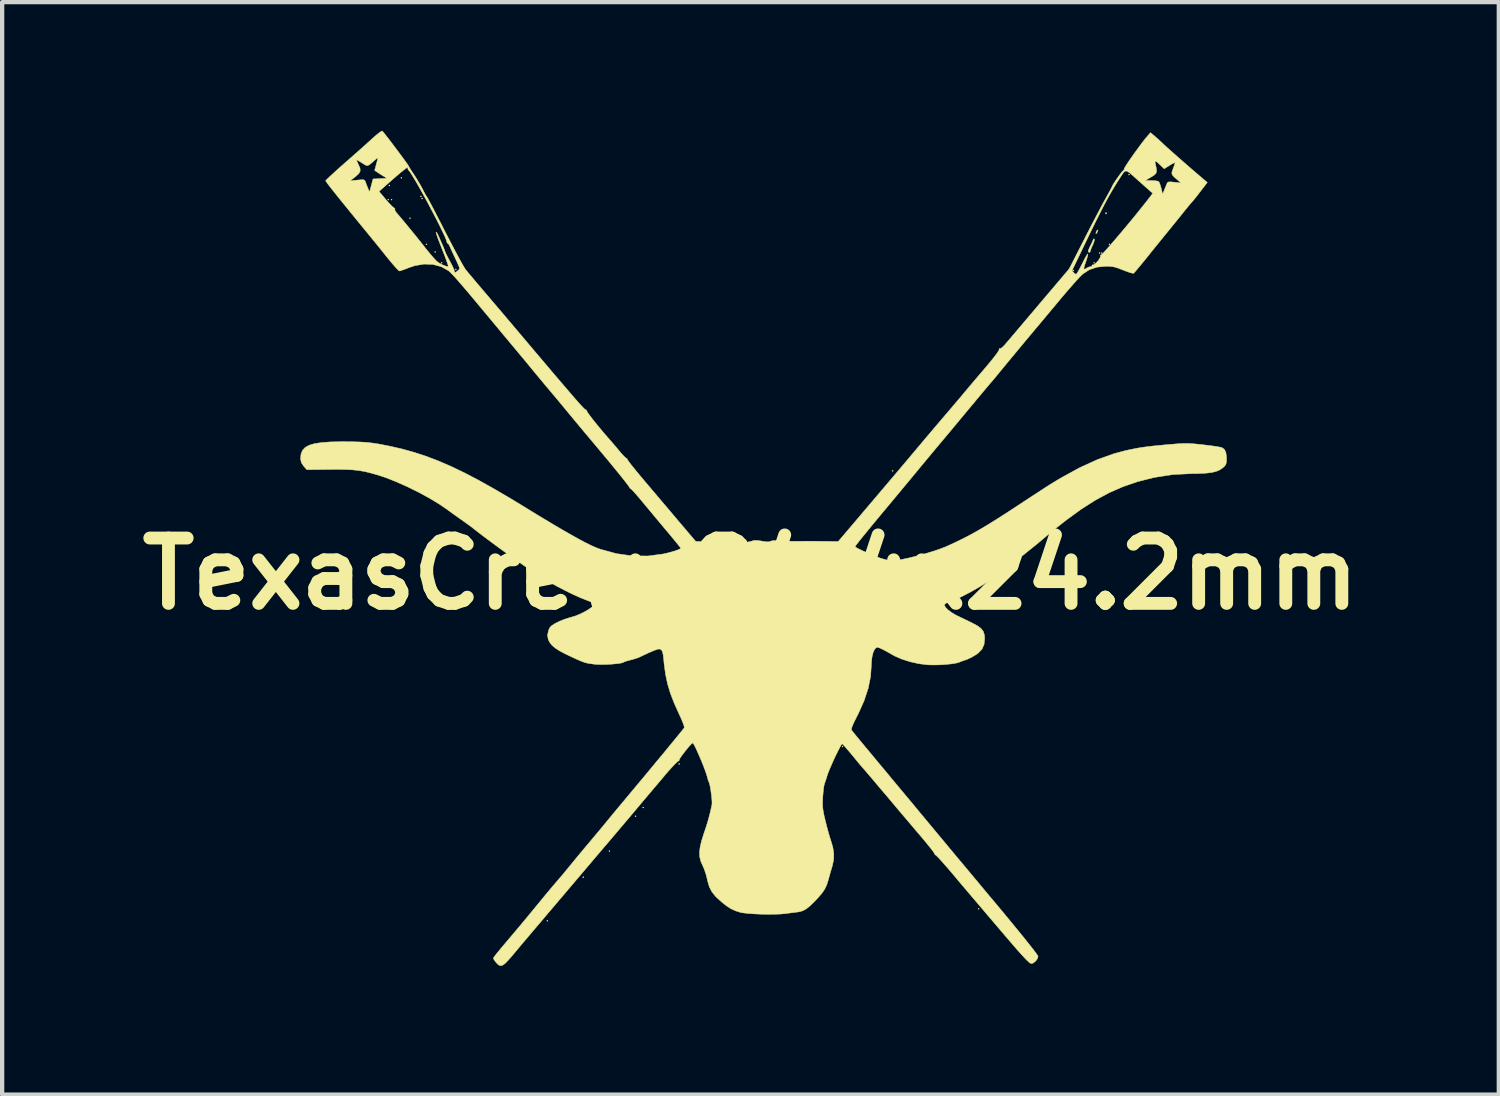
<source format=kicad_pcb>
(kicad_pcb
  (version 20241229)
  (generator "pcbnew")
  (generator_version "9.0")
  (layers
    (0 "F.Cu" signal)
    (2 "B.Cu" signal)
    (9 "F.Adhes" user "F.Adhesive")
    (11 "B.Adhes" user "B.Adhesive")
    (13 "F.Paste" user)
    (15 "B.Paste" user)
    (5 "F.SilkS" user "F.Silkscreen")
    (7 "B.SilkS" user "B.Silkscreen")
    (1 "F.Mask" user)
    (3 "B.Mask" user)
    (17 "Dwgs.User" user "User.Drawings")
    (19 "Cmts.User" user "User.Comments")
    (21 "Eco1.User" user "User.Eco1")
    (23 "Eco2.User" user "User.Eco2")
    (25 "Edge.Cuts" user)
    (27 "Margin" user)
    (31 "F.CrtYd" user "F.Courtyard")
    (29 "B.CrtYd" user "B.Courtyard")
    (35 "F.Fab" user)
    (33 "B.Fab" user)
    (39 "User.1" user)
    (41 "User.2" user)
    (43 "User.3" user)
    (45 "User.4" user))
  (footprint "TexasCrew_24.4x24.2mm"
    (layer "F.Cu")
    (at 14.449 10.33)
    (property "Reference" "TexasCrew_24.4x24.2mm" (at 0 0 0) (layer "F.SilkS") (effects (font (size 1.524 1.524) (thickness 0.3))))
    (attr through_hole)
    (fp_poly (pts (xy -8.433 -8.725) (xy -8.445 -8.712) (xy -8.458 -8.725) (xy -8.445 -8.738) (xy -8.433 -8.725)) (stroke (width 0.01) (type solid)) (fill yes) (layer "F.SilkS"))
    (fp_poly (pts (xy -8.407 -9.055) (xy -8.42 -9.042) (xy -8.433 -9.055) (xy -8.42 -9.068) (xy -8.407 -9.055)) (stroke (width 0.01) (type solid)) (fill yes) (layer "F.SilkS"))
    (fp_poly (pts (xy -8.357 -8.725) (xy -8.369 -8.712) (xy -8.382 -8.725) (xy -8.369 -8.738) (xy -8.357 -8.725)) (stroke (width 0.01) (type solid)) (fill yes) (layer "F.SilkS"))
    (fp_poly (pts (xy -8.128 -9.233) (xy -8.141 -9.22) (xy -8.153 -9.233) (xy -8.141 -9.246) (xy -8.128 -9.233)) (stroke (width 0.01) (type solid)) (fill yes) (layer "F.SilkS"))
    (fp_poly (pts (xy -7.925 -8.293) (xy -7.938 -8.28) (xy -7.95 -8.293) (xy -7.938 -8.306) (xy -7.925 -8.293)) (stroke (width 0.01) (type solid)) (fill yes) (layer "F.SilkS"))
    (fp_poly (pts (xy -7.671 -8.801) (xy -7.684 -8.788) (xy -7.696 -8.801) (xy -7.684 -8.814) (xy -7.671 -8.801)) (stroke (width 0.01) (type solid)) (fill yes) (layer "F.SilkS"))
    (fp_poly (pts (xy -7.645 -8.75) (xy -7.658 -8.738) (xy -7.671 -8.75) (xy -7.658 -8.763) (xy -7.645 -8.75)) (stroke (width 0.01) (type solid)) (fill yes) (layer "F.SilkS"))
    (fp_poly (pts (xy -7.544 -7.684) (xy -7.556 -7.671) (xy -7.569 -7.684) (xy -7.556 -7.696) (xy -7.544 -7.684)) (stroke (width 0.01) (type solid)) (fill yes) (layer "F.SilkS"))
    (fp_poly (pts (xy -7.341 -7.506) (xy -7.353 -7.493) (xy -7.366 -7.506) (xy -7.353 -7.518) (xy -7.341 -7.506)) (stroke (width 0.01) (type solid)) (fill yes) (layer "F.SilkS"))
    (fp_poly (pts (xy -7.188 -7.252) (xy -7.201 -7.239) (xy -7.214 -7.252) (xy -7.201 -7.264) (xy -7.188 -7.252)) (stroke (width 0.01) (type solid)) (fill yes) (layer "F.SilkS"))
    (fp_poly (pts (xy -6.858 -7.099) (xy -6.871 -7.087) (xy -6.883 -7.099) (xy -6.871 -7.112) (xy -6.858 -7.099)) (stroke (width 0.01) (type solid)) (fill yes) (layer "F.SilkS"))
    (fp_poly (pts (xy -4.724 8.09) (xy -4.737 8.103) (xy -4.75 8.09) (xy -4.737 8.077) (xy -4.724 8.09)) (stroke (width 0.01) (type solid)) (fill yes) (layer "F.SilkS"))
    (fp_poly (pts (xy -3.886 7.074) (xy -3.899 7.087) (xy -3.912 7.074) (xy -3.899 7.061) (xy -3.886 7.074)) (stroke (width 0.01) (type solid)) (fill yes) (layer "F.SilkS"))
    (fp_poly (pts (xy -3.277 6.464) (xy -3.289 6.477) (xy -3.302 6.464) (xy -3.289 6.452) (xy -3.277 6.464)) (stroke (width 0.01) (type solid)) (fill yes) (layer "F.SilkS"))
    (fp_poly (pts (xy -2.667 5.652) (xy -2.68 5.664) (xy -2.692 5.652) (xy -2.68 5.639) (xy -2.667 5.652)) (stroke (width 0.01) (type solid)) (fill yes) (layer "F.SilkS"))
    (fp_poly (pts (xy -2.489 5.448) (xy -2.502 5.461) (xy -2.515 5.448) (xy -2.502 5.436) (xy -2.489 5.448)) (stroke (width 0.01) (type solid)) (fill yes) (layer "F.SilkS"))
    (fp_poly (pts (xy -1.651 4.432) (xy -1.664 4.445) (xy -1.676 4.432) (xy -1.664 4.42) (xy -1.651 4.432)) (stroke (width 0.01) (type solid)) (fill yes) (layer "F.SilkS"))
    (fp_poly (pts (xy 2.159 4.026) (xy 2.146 4.039) (xy 2.134 4.026) (xy 2.146 4.013) (xy 2.159 4.026)) (stroke (width 0.01) (type solid)) (fill yes) (layer "F.SilkS"))
    (fp_poly (pts (xy 3.327 -2.4) (xy 3.315 -2.388) (xy 3.302 -2.4) (xy 3.315 -2.413) (xy 3.327 -2.4)) (stroke (width 0.01) (type solid)) (fill yes) (layer "F.SilkS"))
    (fp_poly (pts (xy 5.334 7.811) (xy 5.321 7.823) (xy 5.309 7.811) (xy 5.321 7.798) (xy 5.334 7.811)) (stroke (width 0.01) (type solid)) (fill yes) (layer "F.SilkS"))
    (fp_poly (pts (xy 7.544 -7.074) (xy 7.531 -7.061) (xy 7.518 -7.074) (xy 7.531 -7.087) (xy 7.544 -7.074)) (stroke (width 0.01) (type solid)) (fill yes) (layer "F.SilkS"))
    (fp_poly (pts (xy 8.026 -7.252) (xy 8.014 -7.239) (xy 8.001 -7.252) (xy 8.014 -7.264) (xy 8.026 -7.252)) (stroke (width 0.01) (type solid)) (fill yes) (layer "F.SilkS"))
    (fp_poly (pts (xy 8.153 -7.48) (xy 8.141 -7.468) (xy 8.128 -7.48) (xy 8.141 -7.493) (xy 8.153 -7.48)) (stroke (width 0.01) (type solid)) (fill yes) (layer "F.SilkS"))
    (fp_poly (pts (xy 8.204 -7.48) (xy 8.191 -7.468) (xy 8.179 -7.48) (xy 8.191 -7.493) (xy 8.204 -7.48)) (stroke (width 0.01) (type solid)) (fill yes) (layer "F.SilkS"))
    (fp_poly (pts (xy 8.382 -7.684) (xy 8.369 -7.671) (xy 8.357 -7.684) (xy 8.369 -7.696) (xy 8.382 -7.684)) (stroke (width 0.01) (type solid)) (fill yes) (layer "F.SilkS"))
    (fp_poly (pts (xy 8.839 -9.309) (xy 8.826 -9.296) (xy 8.814 -9.309) (xy 8.826 -9.322) (xy 8.839 -9.309)) (stroke (width 0.01) (type solid)) (fill yes) (layer "F.SilkS"))
    (fp_poly (pts (xy 8.297 -8.424) (xy 8.3 -8.394) (xy 8.297 -8.39) (xy 8.282 -8.394) (xy 8.28 -8.407) (xy 8.29 -8.428) (xy 8.297 -8.424)) (stroke (width 0.01) (type solid)) (fill yes) (layer "F.SilkS"))
    (fp_poly (pts (xy 8.102 -8.014) (xy 8.089 -7.972) (xy 8.077 -7.95) (xy 8.057 -7.93) (xy 8.053 -7.938) (xy 8.065 -7.979) (xy 8.077 -8.001) (xy 8.097 -8.021) (xy 8.102 -8.014)) (stroke (width 0.01) (type solid)) (fill yes) (layer "F.SilkS"))
    (fp_poly (pts (xy 8.019 -7.804) (xy 8.016 -7.764) (xy 7.994 -7.698) (xy 7.978 -7.663) (xy 7.946 -7.592) (xy 7.927 -7.537) (xy 7.925 -7.523) (xy 7.908 -7.495) (xy 7.899 -7.493) (xy 7.875 -7.513) (xy 7.874 -7.521) (xy 7.885 -7.56) (xy 7.913 -7.622) (xy 7.923 -7.642) (xy 7.959 -7.714) (xy 7.986 -7.776) (xy 7.989 -7.785) (xy 8.007 -7.815) (xy 8.019 -7.804)) (stroke (width 0.01) (type solid)) (fill yes) (layer "F.SilkS"))
    (fp_poly (pts (xy -8.585 -10.325) (xy -8.564 -10.301) (xy -8.519 -10.245) (xy -8.455 -10.164) (xy -8.379 -10.065) (xy -8.297 -9.956) (xy -8.213 -9.844) (xy -8.134 -9.738) (xy -8.065 -9.644) (xy -8.012 -9.571) (xy -7.981 -9.525) (xy -7.976 -9.514) (xy -7.962 -9.488) (xy -7.927 -9.431) (xy -7.876 -9.352) (xy -7.847 -9.31) (xy -7.777 -9.199) (xy -7.706 -9.08) (xy -7.649 -8.976) (xy -7.641 -8.96) (xy -7.599 -8.879) (xy -7.565 -8.818) (xy -7.545 -8.789) (xy -7.545 -8.788) (xy -7.529 -8.764) (xy -7.494 -8.699) (xy -7.441 -8.599) (xy -7.373 -8.47) (xy -7.294 -8.316) (xy -7.205 -8.144) (xy -7.126 -7.988) (xy -7.028 -7.799) (xy -6.935 -7.62) (xy -6.849 -7.457) (xy -6.773 -7.317) (xy -6.711 -7.206) (xy -6.666 -7.13) (xy -6.645 -7.099) (xy -6.606 -7.05) (xy -6.539 -6.97) (xy -6.451 -6.865) (xy -6.349 -6.744) (xy -6.237 -6.612) (xy -6.185 -6.551) (xy -6.055 -6.398) (xy -5.916 -6.235) (xy -5.779 -6.074) (xy -5.653 -5.925) (xy -5.549 -5.803) (xy -5.538 -5.789) (xy -5.265 -5.466) (xy -5.023 -5.179) (xy -4.81 -4.928) (xy -4.624 -4.708) (xy -4.463 -4.519) (xy -4.326 -4.359) (xy -4.21 -4.224) (xy -4.115 -4.113) (xy -4.036 -4.023) (xy -3.974 -3.953) (xy -3.926 -3.901) (xy -3.89 -3.864) (xy -3.865 -3.84) (xy -3.848 -3.827) (xy -3.838 -3.822) (xy -3.834 -3.823) (xy -3.82 -3.815) (xy -3.819 -3.802) (xy -3.805 -3.772) (xy -3.762 -3.711) (xy -3.696 -3.624) (xy -3.613 -3.519) (xy -3.517 -3.402) (xy -3.414 -3.279) (xy -3.308 -3.157) (xy -3.259 -3.101) (xy -3.202 -3.035) (xy -3.129 -2.949) (xy -3.053 -2.858) (xy -3.047 -2.851) (xy -2.983 -2.777) (xy -2.929 -2.722) (xy -2.894 -2.694) (xy -2.889 -2.692) (xy -2.873 -2.682) (xy -2.877 -2.677) (xy -2.865 -2.655) (xy -2.825 -2.599) (xy -2.759 -2.514) (xy -2.672 -2.407) (xy -2.569 -2.282) (xy -2.453 -2.144) (xy -2.447 -2.137) (xy -2.319 -1.986) (xy -2.191 -1.835) (xy -2.071 -1.693) (xy -1.965 -1.568) (xy -1.88 -1.468) (xy -1.833 -1.412) (xy -1.741 -1.303) (xy -1.633 -1.175) (xy -1.525 -1.049) (xy -1.471 -0.984) (xy -1.277 -0.757) (xy -1.14 -0.75) (xy -1.03 -0.754) (xy -0.913 -0.772) (xy -0.872 -0.782) (xy -0.791 -0.803) (xy -0.731 -0.807) (xy -0.668 -0.791) (xy -0.618 -0.773) (xy -0.52 -0.748) (xy -0.393 -0.732) (xy -0.256 -0.727) (xy -0.125 -0.732) (xy -0.017 -0.749) (xy 0.024 -0.761) (xy 0.081 -0.778) (xy 0.148 -0.78) (xy 0.242 -0.767) (xy 0.267 -0.762) (xy 0.37 -0.746) (xy 0.434 -0.746) (xy 0.466 -0.759) (xy 0.514 -0.773) (xy 0.608 -0.776) (xy 0.701 -0.771) (xy 0.829 -0.764) (xy 0.968 -0.759) (xy 1.079 -0.758) (xy 1.226 -0.76) (xy 1.362 -0.76) (xy 1.505 -0.76) (xy 1.672 -0.758) (xy 1.778 -0.757) (xy 2.045 -0.753) (xy 2.477 -1.261) (xy 2.912 -1.774) (xy 3.329 -2.266) (xy 3.741 -2.754) (xy 3.924 -2.972) (xy 4.051 -3.123) (xy 4.188 -3.285) (xy 4.324 -3.446) (xy 4.449 -3.592) (xy 4.547 -3.707) (xy 4.654 -3.832) (xy 4.764 -3.962) (xy 4.868 -4.084) (xy 4.953 -4.185) (xy 4.975 -4.213) (xy 5.044 -4.294) (xy 5.137 -4.405) (xy 5.246 -4.534) (xy 5.363 -4.671) (xy 5.479 -4.807) (xy 5.591 -4.941) (xy 5.683 -5.056) (xy 5.751 -5.146) (xy 5.791 -5.208) (xy 5.801 -5.236) (xy 5.801 -5.236) (xy 5.798 -5.254) (xy 5.81 -5.249) (xy 5.84 -5.257) (xy 5.888 -5.296) (xy 5.922 -5.331) (xy 5.944 -5.356) (xy 5.964 -5.38) (xy 5.987 -5.407) (xy 6.015 -5.439) (xy 6.051 -5.481) (xy 6.097 -5.536) (xy 6.158 -5.607) (xy 6.235 -5.699) (xy 6.333 -5.814) (xy 6.453 -5.956) (xy 6.599 -6.128) (xy 6.774 -6.335) (xy 6.835 -6.407) (xy 7.407 -7.082) (xy 7.502 -7.082) (xy 7.51 -7.054) (xy 7.542 -7.016) (xy 7.579 -6.989) (xy 7.593 -6.985) (xy 7.612 -7.006) (xy 7.648 -7.064) (xy 7.693 -7.149) (xy 7.733 -7.228) (xy 7.783 -7.326) (xy 7.825 -7.403) (xy 7.855 -7.449) (xy 7.866 -7.459) (xy 7.865 -7.43) (xy 7.849 -7.368) (xy 7.826 -7.296) (xy 7.79 -7.192) (xy 7.775 -7.13) (xy 7.779 -7.103) (xy 7.804 -7.107) (xy 7.829 -7.123) (xy 7.889 -7.154) (xy 7.932 -7.163) (xy 7.963 -7.173) (xy 7.963 -7.188) (xy 7.967 -7.204) (xy 7.981 -7.201) (xy 8.015 -7.212) (xy 8.063 -7.252) (xy 8.112 -7.308) (xy 8.15 -7.366) (xy 8.166 -7.41) (xy 8.164 -7.421) (xy 8.161 -7.438) (xy 8.173 -7.433) (xy 8.194 -7.449) (xy 8.243 -7.498) (xy 8.315 -7.578) (xy 8.406 -7.682) (xy 8.512 -7.805) (xy 8.629 -7.943) (xy 8.753 -8.09) (xy 8.878 -8.241) (xy 9.002 -8.392) (xy 9.119 -8.538) (xy 9.226 -8.672) (xy 9.294 -8.76) (xy 9.381 -8.873) (xy 9.294 -8.948) (xy 9.236 -8.999) (xy 9.155 -9.072) (xy 9.063 -9.154) (xy 9.043 -9.171) (xy 9.207 -9.171) (xy 9.347 -9.17) (xy 9.43 -9.166) (xy 9.493 -9.157) (xy 9.515 -9.15) (xy 9.536 -9.116) (xy 9.56 -9.05) (xy 9.576 -8.992) (xy 9.61 -8.852) (xy 9.646 -8.941) (xy 9.678 -9.018) (xy 9.704 -9.085) (xy 9.706 -9.089) (xy 9.722 -9.122) (xy 9.747 -9.137) (xy 9.794 -9.14) (xy 9.877 -9.132) (xy 9.885 -9.131) (xy 10.042 -9.113) (xy 9.942 -9.198) (xy 9.871 -9.261) (xy 9.833 -9.306) (xy 9.824 -9.348) (xy 9.838 -9.404) (xy 9.858 -9.457) (xy 9.885 -9.528) (xy 9.899 -9.577) (xy 9.9 -9.59) (xy 9.876 -9.582) (xy 9.822 -9.554) (xy 9.769 -9.521) (xy 9.646 -9.445) (xy 9.552 -9.536) (xy 9.486 -9.597) (xy 9.448 -9.622) (xy 9.434 -9.611) (xy 9.439 -9.569) (xy 9.462 -9.462) (xy 9.469 -9.39) (xy 9.457 -9.342) (xy 9.421 -9.303) (xy 9.357 -9.261) (xy 9.343 -9.253) (xy 9.207 -9.171) (xy 9.043 -9.171) (xy 9.02 -9.192) (xy 8.913 -9.288) (xy 8.837 -9.353) (xy 8.783 -9.388) (xy 8.742 -9.392) (xy 8.706 -9.366) (xy 8.665 -9.311) (xy 8.611 -9.227) (xy 8.603 -9.214) (xy 8.531 -9.102) (xy 8.462 -8.988) (xy 8.391 -8.867) (xy 8.318 -8.736) (xy 8.239 -8.588) (xy 8.152 -8.418) (xy 8.054 -8.223) (xy 7.943 -7.998) (xy 7.817 -7.736) (xy 7.672 -7.434) (xy 7.645 -7.379) (xy 7.593 -7.27) (xy 7.549 -7.178) (xy 7.517 -7.112) (xy 7.502 -7.083) (xy 7.502 -7.082) (xy 7.407 -7.082) (xy 7.434 -7.115) (xy 7.773 -7.78) (xy 7.868 -7.967) (xy 7.966 -8.156) (xy 8.06 -8.336) (xy 8.146 -8.499) (xy 8.218 -8.636) (xy 8.272 -8.734) (xy 8.332 -8.842) (xy 8.382 -8.934) (xy 8.417 -8.999) (xy 8.432 -9.03) (xy 8.433 -9.032) (xy 8.446 -9.062) (xy 8.481 -9.119) (xy 8.53 -9.192) (xy 8.583 -9.268) (xy 8.633 -9.336) (xy 8.671 -9.383) (xy 8.688 -9.398) (xy 8.709 -9.419) (xy 8.712 -9.439) (xy 8.727 -9.471) (xy 8.766 -9.536) (xy 8.825 -9.625) (xy 8.898 -9.73) (xy 8.978 -9.843) (xy 9.061 -9.956) (xy 9.14 -10.062) (xy 9.21 -10.151) (xy 9.255 -10.204) (xy 9.327 -10.287) (xy 9.407 -10.221) (xy 9.464 -10.171) (xy 9.543 -10.1) (xy 9.627 -10.022) (xy 9.639 -10.01) (xy 9.705 -9.949) (xy 9.802 -9.863) (xy 9.921 -9.757) (xy 10.055 -9.639) (xy 10.196 -9.516) (xy 10.335 -9.396) (xy 10.465 -9.284) (xy 10.577 -9.189) (xy 10.652 -9.126) (xy 10.488 -8.913) (xy 10.418 -8.822) (xy 10.357 -8.745) (xy 10.313 -8.692) (xy 10.297 -8.674) (xy 10.27 -8.644) (xy 10.219 -8.584) (xy 10.155 -8.505) (xy 10.119 -8.461) (xy 10.038 -8.359) (xy 9.939 -8.236) (xy 9.837 -8.111) (xy 9.779 -8.039) (xy 9.699 -7.941) (xy 9.597 -7.815) (xy 9.482 -7.674) (xy 9.364 -7.528) (xy 9.273 -7.414) (xy 9.175 -7.293) (xy 9.087 -7.186) (xy 9.014 -7.098) (xy 8.961 -7.037) (xy 8.935 -7.008) (xy 8.934 -7.007) (xy 8.901 -7.01) (xy 8.834 -7.029) (xy 8.744 -7.061) (xy 8.691 -7.082) (xy 8.569 -7.129) (xy 8.473 -7.157) (xy 8.383 -7.169) (xy 8.293 -7.172) (xy 8.08 -7.151) (xy 7.897 -7.089) (xy 7.741 -6.986) (xy 7.739 -6.983) (xy 7.689 -6.935) (xy 7.614 -6.854) (xy 7.52 -6.748) (xy 7.412 -6.624) (xy 7.297 -6.49) (xy 7.238 -6.42) (xy 7.122 -6.281) (xy 7.01 -6.147) (xy 6.909 -6.026) (xy 6.825 -5.925) (xy 6.764 -5.852) (xy 6.745 -5.829) (xy 6.638 -5.703) (xy 6.515 -5.555) (xy 6.382 -5.396) (xy 6.246 -5.232) (xy 6.115 -5.074) (xy 5.994 -4.928) (xy 5.891 -4.803) (xy 5.812 -4.708) (xy 5.805 -4.699) (xy 5.733 -4.61) (xy 5.672 -4.537) (xy 5.63 -4.487) (xy 5.615 -4.47) (xy 5.595 -4.448) (xy 5.548 -4.392) (xy 5.477 -4.308) (xy 5.389 -4.202) (xy 5.286 -4.08) (xy 5.221 -4) (xy 5.081 -3.833) (xy 4.924 -3.644) (xy 4.761 -3.448) (xy 4.605 -3.261) (xy 4.472 -3.102) (xy 4.349 -2.956) (xy 4.223 -2.804) (xy 4.102 -2.659) (xy 3.995 -2.53) (xy 3.911 -2.428) (xy 3.899 -2.413) (xy 3.824 -2.323) (xy 3.725 -2.203) (xy 3.607 -2.061) (xy 3.479 -1.907) (xy 3.348 -1.75) (xy 3.266 -1.651) (xy 3.054 -1.397) (xy 2.873 -1.179) (xy 2.723 -0.996) (xy 2.604 -0.85) (xy 2.517 -0.741) (xy 2.462 -0.669) (xy 2.439 -0.636) (xy 2.439 -0.634) (xy 2.46 -0.616) (xy 2.519 -0.584) (xy 2.606 -0.542) (xy 2.709 -0.495) (xy 2.821 -0.447) (xy 2.929 -0.403) (xy 3.025 -0.367) (xy 3.031 -0.365) (xy 3.133 -0.334) (xy 3.23 -0.313) (xy 3.298 -0.305) (xy 3.397 -0.313) (xy 3.533 -0.336) (xy 3.696 -0.371) (xy 3.875 -0.415) (xy 4.059 -0.465) (xy 4.239 -0.519) (xy 4.404 -0.574) (xy 4.542 -0.627) (xy 4.572 -0.64) (xy 4.765 -0.728) (xy 4.949 -0.817) (xy 5.132 -0.912) (xy 5.32 -1.017) (xy 5.521 -1.136) (xy 5.743 -1.274) (xy 5.993 -1.434) (xy 6.185 -1.56) (xy 6.389 -1.694) (xy 6.557 -1.804) (xy 6.693 -1.893) (xy 6.804 -1.965) (xy 6.894 -2.024) (xy 6.97 -2.072) (xy 7.037 -2.114) (xy 7.1 -2.152) (xy 7.166 -2.192) (xy 7.239 -2.235) (xy 7.252 -2.243) (xy 7.678 -2.476) (xy 8.088 -2.663) (xy 8.481 -2.803) (xy 8.75 -2.875) (xy 8.884 -2.903) (xy 9.002 -2.927) (xy 9.117 -2.946) (xy 9.24 -2.963) (xy 9.382 -2.98) (xy 9.555 -2.997) (xy 9.712 -3.012) (xy 9.881 -3.026) (xy 10.014 -3.036) (xy 10.125 -3.04) (xy 10.226 -3.039) (xy 10.333 -3.032) (xy 10.459 -3.02) (xy 10.549 -3.01) (xy 10.687 -2.993) (xy 10.811 -2.977) (xy 10.91 -2.961) (xy 10.974 -2.949) (xy 10.989 -2.945) (xy 11.048 -2.905) (xy 11.084 -2.836) (xy 11.099 -2.729) (xy 11.1 -2.683) (xy 11.097 -2.599) (xy 11.082 -2.546) (xy 11.047 -2.502) (xy 11.01 -2.47) (xy 10.938 -2.421) (xy 10.85 -2.385) (xy 10.738 -2.36) (xy 10.596 -2.345) (xy 10.415 -2.338) (xy 10.304 -2.337) (xy 9.854 -2.315) (xy 9.418 -2.248) (xy 9.03 -2.15) (xy 8.694 -2.035) (xy 8.368 -1.893) (xy 8.045 -1.719) (xy 7.716 -1.51) (xy 7.374 -1.261) (xy 7.313 -1.214) (xy 7.191 -1.118) (xy 7.096 -1.043) (xy 7.015 -0.976) (xy 6.934 -0.909) (xy 6.84 -0.829) (xy 6.834 -0.824) (xy 6.753 -0.756) (xy 6.643 -0.665) (xy 6.512 -0.56) (xy 6.37 -0.445) (xy 6.223 -0.329) (xy 6.082 -0.217) (xy 5.955 -0.118) (xy 5.85 -0.037) (xy 5.779 0.017) (xy 5.565 0.164) (xy 5.341 0.304) (xy 5.118 0.431) (xy 4.906 0.54) (xy 4.715 0.623) (xy 4.616 0.659) (xy 4.555 0.688) (xy 4.523 0.72) (xy 4.521 0.727) (xy 4.543 0.775) (xy 4.601 0.836) (xy 4.685 0.9) (xy 4.785 0.96) (xy 4.809 0.972) (xy 4.894 1.013) (xy 5.004 1.066) (xy 5.121 1.122) (xy 5.157 1.14) (xy 5.287 1.209) (xy 5.376 1.274) (xy 5.429 1.343) (xy 5.455 1.425) (xy 5.461 1.51) (xy 5.446 1.648) (xy 5.397 1.758) (xy 5.308 1.85) (xy 5.253 1.888) (xy 5.162 1.942) (xy 5.07 1.987) (xy 5.016 2.007) (xy 4.941 2.032) (xy 4.882 2.055) (xy 4.872 2.06) (xy 4.805 2.08) (xy 4.7 2.098) (xy 4.569 2.112) (xy 4.424 2.122) (xy 4.279 2.125) (xy 4.144 2.122) (xy 4.128 2.121) (xy 3.927 2.096) (xy 3.721 2.05) (xy 3.527 1.988) (xy 3.362 1.916) (xy 3.336 1.901) (xy 3.196 1.822) (xy 3.092 1.766) (xy 3.019 1.732) (xy 2.971 1.716) (xy 2.941 1.715) (xy 2.939 1.716) (xy 2.895 1.758) (xy 2.858 1.839) (xy 2.832 1.951) (xy 2.82 2.081) (xy 2.819 2.115) (xy 2.801 2.391) (xy 2.745 2.67) (xy 2.65 2.958) (xy 2.514 3.262) (xy 2.474 3.339) (xy 2.415 3.458) (xy 2.373 3.553) (xy 2.353 3.616) (xy 2.353 3.638) (xy 2.377 3.671) (xy 2.426 3.732) (xy 2.491 3.812) (xy 2.542 3.873) (xy 2.588 3.928) (xy 2.662 4.018) (xy 2.763 4.139) (xy 2.887 4.288) (xy 3.03 4.46) (xy 3.19 4.652) (xy 3.362 4.86) (xy 3.545 5.079) (xy 3.735 5.307) (xy 3.81 5.397) (xy 3.997 5.623) (xy 4.176 5.838) (xy 4.343 6.039) (xy 4.497 6.224) (xy 4.633 6.388) (xy 4.75 6.528) (xy 4.844 6.641) (xy 4.913 6.723) (xy 4.953 6.772) (xy 4.962 6.782) (xy 4.997 6.824) (xy 5.058 6.896) (xy 5.136 6.99) (xy 5.225 7.097) (xy 5.27 7.15) (xy 5.361 7.26) (xy 5.443 7.358) (xy 5.51 7.438) (xy 5.555 7.492) (xy 5.566 7.506) (xy 5.758 7.734) (xy 5.939 7.952) (xy 6.107 8.156) (xy 6.26 8.343) (xy 6.395 8.509) (xy 6.508 8.651) (xy 6.599 8.767) (xy 6.663 8.852) (xy 6.699 8.904) (xy 6.706 8.918) (xy 6.687 8.98) (xy 6.641 9.039) (xy 6.584 9.08) (xy 6.541 9.088) (xy 6.504 9.065) (xy 6.435 9.001) (xy 6.337 8.897) (xy 6.208 8.753) (xy 6.049 8.568) (xy 6.043 8.561) (xy 5.844 8.328) (xy 5.655 8.106) (xy 5.478 7.898) (xy 5.316 7.707) (xy 5.172 7.538) (xy 5.049 7.393) (xy 4.949 7.276) (xy 4.876 7.189) (xy 4.831 7.136) (xy 4.822 7.125) (xy 4.694 6.972) (xy 4.578 6.837) (xy 4.478 6.723) (xy 4.398 6.635) (xy 4.341 6.577) (xy 4.312 6.553) (xy 4.311 6.553) (xy 4.296 6.543) (xy 4.299 6.538) (xy 4.288 6.515) (xy 4.249 6.459) (xy 4.185 6.377) (xy 4.101 6.274) (xy 4.003 6.156) (xy 3.966 6.112) (xy 3.85 5.976) (xy 3.735 5.84) (xy 3.628 5.714) (xy 3.537 5.607) (xy 3.47 5.528) (xy 3.466 5.523) (xy 3.284 5.306) (xy 3.119 5.111) (xy 2.973 4.939) (xy 2.849 4.792) (xy 2.749 4.675) (xy 2.676 4.589) (xy 2.63 4.536) (xy 2.616 4.521) (xy 2.596 4.498) (xy 2.549 4.443) (xy 2.483 4.363) (xy 2.404 4.267) (xy 2.378 4.235) (xy 2.296 4.137) (xy 2.225 4.054) (xy 2.171 3.994) (xy 2.141 3.964) (xy 2.138 3.962) (xy 2.119 3.984) (xy 2.085 4.043) (xy 2.04 4.131) (xy 1.988 4.236) (xy 1.934 4.351) (xy 1.883 4.466) (xy 1.838 4.572) (xy 1.804 4.658) (xy 1.79 4.699) (xy 1.763 4.788) (xy 1.737 4.864) (xy 1.725 4.897) (xy 1.713 4.947) (xy 1.701 5.033) (xy 1.691 5.141) (xy 1.686 5.202) (xy 1.681 5.32) (xy 1.682 5.418) (xy 1.693 5.514) (xy 1.714 5.625) (xy 1.741 5.74) (xy 1.775 5.877) (xy 1.812 6.015) (xy 1.847 6.136) (xy 1.869 6.202) (xy 1.92 6.376) (xy 1.943 6.523) (xy 1.94 6.66) (xy 1.911 6.8) (xy 1.905 6.82) (xy 1.87 6.938) (xy 1.835 7.063) (xy 1.811 7.15) (xy 1.776 7.258) (xy 1.73 7.354) (xy 1.665 7.449) (xy 1.574 7.555) (xy 1.492 7.641) (xy 1.387 7.744) (xy 1.3 7.813) (xy 1.221 7.856) (xy 1.138 7.88) (xy 1.085 7.888) (xy 1 7.898) (xy 0.893 7.912) (xy 0.813 7.923) (xy 0.703 7.933) (xy 0.562 7.938) (xy 0.403 7.939) (xy 0.237 7.936) (xy 0.077 7.929) (xy -0.067 7.918) (xy -0.18 7.905) (xy -0.241 7.893) (xy -0.359 7.854) (xy -0.46 7.807) (xy -0.561 7.741) (xy -0.677 7.648) (xy -0.807 7.53) (xy -0.898 7.418) (xy -0.96 7.299) (xy -1 7.161) (xy -1.006 7.132) (xy -1.036 7.012) (xy -1.078 6.886) (xy -1.117 6.797) (xy -1.16 6.699) (xy -1.184 6.6) (xy -1.189 6.493) (xy -1.174 6.37) (xy -1.139 6.221) (xy -1.082 6.04) (xy -1.044 5.931) (xy -0.992 5.765) (xy -0.939 5.563) (xy -0.899 5.386) (xy -0.896 5.333) (xy -0.901 5.249) (xy -0.912 5.148) (xy -0.926 5.043) (xy -0.942 4.951) (xy -0.957 4.885) (xy -0.966 4.864) (xy -0.984 4.823) (xy -1.002 4.758) (xy -1.003 4.752) (xy -1.023 4.683) (xy -1.056 4.588) (xy -1.098 4.475) (xy -1.147 4.355) (xy -1.198 4.235) (xy -1.247 4.125) (xy -1.29 4.033) (xy -1.324 3.97) (xy -1.345 3.943) (xy -1.347 3.943) (xy -1.379 3.968) (xy -1.429 4.021) (xy -1.489 4.092) (xy -1.55 4.17) (xy -1.606 4.244) (xy -1.646 4.304) (xy -1.664 4.339) (xy -1.664 4.344) (xy -1.666 4.363) (xy -1.678 4.363) (xy -1.704 4.379) (xy -1.756 4.429) (xy -1.828 4.505) (xy -1.915 4.602) (xy -1.991 4.69) (xy -2.098 4.818) (xy -2.228 4.971) (xy -2.368 5.137) (xy -2.509 5.304) (xy -2.639 5.459) (xy -2.642 5.462) (xy -2.775 5.621) (xy -2.923 5.795) (xy -3.072 5.972) (xy -3.213 6.138) (xy -3.327 6.273) (xy -3.442 6.407) (xy -3.579 6.568) (xy -3.727 6.743) (xy -3.877 6.92) (xy -4.018 7.086) (xy -4.051 7.125) (xy -4.18 7.277) (xy -4.312 7.433) (xy -4.44 7.583) (xy -4.555 7.719) (xy -4.649 7.83) (xy -4.68 7.866) (xy -4.791 7.997) (xy -4.917 8.146) (xy -5.041 8.292) (xy -5.124 8.39) (xy -5.232 8.518) (xy -5.353 8.661) (xy -5.469 8.8) (xy -5.55 8.896) (xy -5.649 9.011) (xy -5.725 9.088) (xy -5.784 9.129) (xy -5.833 9.138) (xy -5.878 9.117) (xy -5.926 9.069) (xy -5.929 9.066) (xy -5.97 9.012) (xy -5.993 8.974) (xy -5.994 8.968) (xy -5.989 8.952) (xy -5.97 8.922) (xy -5.934 8.875) (xy -5.878 8.806) (xy -5.799 8.71) (xy -5.693 8.584) (xy -5.562 8.43) (xy -5.449 8.295) (xy -5.317 8.138) (xy -5.18 7.973) (xy -5.052 7.818) (xy -5.005 7.76) (xy -4.897 7.629) (xy -4.789 7.497) (xy -4.687 7.375) (xy -4.602 7.274) (xy -4.561 7.226) (xy -4.465 7.114) (xy -4.382 7.017) (xy -4.302 6.92) (xy -4.212 6.811) (xy -4.115 6.692) (xy -4.039 6.6) (xy -3.944 6.485) (xy -3.844 6.365) (xy -3.772 6.28) (xy -3.669 6.157) (xy -3.551 6.016) (xy -3.433 5.875) (xy -3.357 5.782) (xy -3.274 5.681) (xy -3.199 5.59) (xy -3.14 5.519) (xy -3.105 5.476) (xy -3.103 5.474) (xy -2.974 5.32) (xy -2.84 5.159) (xy -2.706 4.999) (xy -2.578 4.845) (xy -2.462 4.707) (xy -2.366 4.591) (xy -2.294 4.504) (xy -2.278 4.485) (xy -2.207 4.398) (xy -2.143 4.322) (xy -2.098 4.267) (xy -2.087 4.255) (xy -2.052 4.213) (xy -1.995 4.144) (xy -1.923 4.055) (xy -1.841 3.956) (xy -1.758 3.854) (xy -1.679 3.758) (xy -1.613 3.677) (xy -1.566 3.618) (xy -1.545 3.591) (xy -1.546 3.557) (xy -1.57 3.485) (xy -1.612 3.383) (xy -1.662 3.274) (xy -1.779 3.015) (xy -1.869 2.782) (xy -1.935 2.56) (xy -1.982 2.336) (xy -2.014 2.095) (xy -2.021 2.019) (xy -2.034 1.897) (xy -2.052 1.817) (xy -2.078 1.772) (xy -2.116 1.754) (xy -2.136 1.753) (xy -2.186 1.764) (xy -2.274 1.798) (xy -2.396 1.851) (xy -2.544 1.921) (xy -2.591 1.943) (xy -2.652 1.967) (xy -2.739 1.994) (xy -2.794 2.008) (xy -2.876 2.03) (xy -2.939 2.051) (xy -2.961 2.062) (xy -3.008 2.079) (xy -3.094 2.093) (xy -3.205 2.104) (xy -3.329 2.112) (xy -3.455 2.115) (xy -3.57 2.113) (xy -3.633 2.108) (xy -3.731 2.096) (xy -3.809 2.082) (xy -3.882 2.061) (xy -3.964 2.03) (xy -4.071 1.983) (xy -4.132 1.955) (xy -4.312 1.87) (xy -4.45 1.797) (xy -4.552 1.731) (xy -4.627 1.668) (xy -4.679 1.602) (xy -4.714 1.536) (xy -4.733 1.433) (xy -4.708 1.317) (xy -4.676 1.249) (xy -4.634 1.207) (xy -4.555 1.157) (xy -4.451 1.106) (xy -4.336 1.059) (xy -4.22 1.022) (xy -4.192 1.015) (xy -4.09 0.985) (xy -3.981 0.941) (xy -3.875 0.889) (xy -3.779 0.834) (xy -3.703 0.78) (xy -3.653 0.734) (xy -3.64 0.699) (xy -3.645 0.69) (xy -3.681 0.671) (xy -3.749 0.642) (xy -3.835 0.609) (xy -3.973 0.554) (xy -4.142 0.478) (xy -4.328 0.386) (xy -4.521 0.285) (xy -4.707 0.182) (xy -4.811 0.12) (xy -4.933 0.044) (xy -5.088 -0.059) (xy -5.267 -0.182) (xy -5.464 -0.32) (xy -5.671 -0.468) (xy -5.88 -0.619) (xy -6.084 -0.77) (xy -6.275 -0.913) (xy -6.445 -1.045) (xy -6.515 -1.1) (xy -6.545 -1.122) (xy -6.607 -1.167) (xy -6.691 -1.227) (xy -6.769 -1.282) (xy -6.869 -1.353) (xy -6.96 -1.418) (xy -7.03 -1.469) (xy -7.061 -1.492) (xy -7.252 -1.623) (xy -7.48 -1.761) (xy -7.731 -1.898) (xy -7.994 -2.028) (xy -8.256 -2.145) (xy -8.503 -2.243) (xy -8.685 -2.303) (xy -8.844 -2.348) (xy -8.985 -2.383) (xy -9.12 -2.407) (xy -9.259 -2.423) (xy -9.415 -2.432) (xy -9.6 -2.435) (xy -9.814 -2.434) (xy -10.344 -2.428) (xy -10.417 -2.51) (xy -10.471 -2.589) (xy -10.49 -2.675) (xy -10.49 -2.695) (xy -10.48 -2.796) (xy -10.446 -2.879) (xy -10.384 -2.946) (xy -10.292 -2.998) (xy -10.165 -3.036) (xy -10.001 -3.061) (xy -9.794 -3.076) (xy -9.542 -3.081) (xy -9.461 -3.081) (xy -9.259 -3.079) (xy -9.094 -3.074) (xy -8.95 -3.065) (xy -8.813 -3.049) (xy -8.669 -3.027) (xy -8.504 -2.995) (xy -8.407 -2.976) (xy -8.122 -2.911) (xy -7.842 -2.833) (xy -7.563 -2.742) (xy -7.278 -2.633) (xy -6.983 -2.506) (xy -6.673 -2.357) (xy -6.343 -2.185) (xy -5.987 -1.986) (xy -5.601 -1.76) (xy -5.298 -1.576) (xy -4.969 -1.374) (xy -4.678 -1.199) (xy -4.425 -1.049) (xy -4.204 -0.922) (xy -4.015 -0.816) (xy -3.853 -0.73) (xy -3.716 -0.662) (xy -3.601 -0.611) (xy -3.505 -0.575) (xy -3.127 -0.471) (xy -2.756 -0.418) (xy -2.392 -0.416) (xy -2.035 -0.463) (xy -1.909 -0.492) (xy -1.781 -0.528) (xy -1.688 -0.56) (xy -1.635 -0.586) (xy -1.626 -0.598) (xy -1.641 -0.621) (xy -1.685 -0.676) (xy -1.751 -0.758) (xy -1.836 -0.861) (xy -1.934 -0.978) (xy -1.951 -0.998) (xy -2.074 -1.145) (xy -2.207 -1.304) (xy -2.338 -1.462) (xy -2.457 -1.604) (xy -2.527 -1.689) (xy -2.614 -1.793) (xy -2.691 -1.881) (xy -2.751 -1.947) (xy -2.789 -1.983) (xy -2.798 -1.988) (xy -2.814 -1.998) (xy -2.813 -2.002) (xy -2.827 -2.028) (xy -2.873 -2.09) (xy -2.948 -2.187) (xy -3.05 -2.315) (xy -3.179 -2.473) (xy -3.332 -2.659) (xy -3.507 -2.869) (xy -3.703 -3.103) (xy -3.785 -3.2) (xy -3.893 -3.329) (xy -4.003 -3.461) (xy -4.105 -3.583) (xy -4.19 -3.686) (xy -4.229 -3.733) (xy -4.3 -3.819) (xy -4.393 -3.932) (xy -4.499 -4.06) (xy -4.609 -4.19) (xy -4.661 -4.253) (xy -4.771 -4.383) (xy -4.885 -4.52) (xy -4.994 -4.651) (xy -5.085 -4.761) (xy -5.118 -4.801) (xy -5.194 -4.894) (xy -5.263 -4.978) (xy -5.315 -5.04) (xy -5.338 -5.067) (xy -5.367 -5.102) (xy -5.423 -5.17) (xy -5.501 -5.263) (xy -5.596 -5.377) (xy -5.702 -5.504) (xy -5.814 -5.638) (xy -5.926 -5.773) (xy -6.034 -5.903) (xy -6.132 -6.02) (xy -6.214 -6.119) (xy -6.276 -6.193) (xy -6.301 -6.223) (xy -6.489 -6.449) (xy -6.647 -6.636) (xy -6.778 -6.788) (xy -6.881 -6.906) (xy -6.961 -6.991) (xy -7.017 -7.047) (xy -7.042 -7.068) (xy -7.212 -7.163) (xy -7.404 -7.214) (xy -7.61 -7.222) (xy -7.824 -7.186) (xy -7.959 -7.141) (xy -8.053 -7.104) (xy -8.132 -7.076) (xy -8.18 -7.062) (xy -8.187 -7.061) (xy -8.212 -7.08) (xy -8.263 -7.133) (xy -8.333 -7.212) (xy -8.416 -7.312) (xy -8.484 -7.394) (xy -8.601 -7.541) (xy -8.736 -7.708) (xy -8.874 -7.877) (xy -8.999 -8.03) (xy -9.025 -8.061) (xy -9.219 -8.298) (xy -9.393 -8.512) (xy -9.545 -8.699) (xy -9.672 -8.857) (xy -9.774 -8.986) (xy -9.848 -9.081) (xy -9.892 -9.142) (xy -9.905 -9.164) (xy -9.335 -9.164) (xy -9.165 -9.181) (xy -9.075 -9.189) (xy -9.022 -9.188) (xy -8.995 -9.176) (xy -8.981 -9.15) (xy -8.978 -9.142) (xy -8.956 -9.08) (xy -8.926 -9.004) (xy -8.921 -8.994) (xy -8.883 -8.903) (xy -8.879 -8.917) (xy -8.661 -8.917) (xy -8.495 -8.719) (xy -8.423 -8.637) (xy -8.361 -8.573) (xy -8.318 -8.535) (xy -8.303 -8.529) (xy -8.289 -8.519) (xy -8.294 -8.507) (xy -8.289 -8.473) (xy -8.256 -8.421) (xy -8.237 -8.399) (xy -8.198 -8.355) (xy -8.135 -8.28) (xy -8.055 -8.184) (xy -7.965 -8.075) (xy -7.873 -7.962) (xy -7.785 -7.854) (xy -7.71 -7.76) (xy -7.679 -7.722) (xy -7.565 -7.577) (xy -7.464 -7.454) (xy -7.382 -7.358) (xy -7.324 -7.296) (xy -7.318 -7.29) (xy -7.264 -7.25) (xy -7.194 -7.211) (xy -7.124 -7.181) (xy -7.068 -7.166) (xy -7.046 -7.17) (xy -7.051 -7.196) (xy -7.073 -7.261) (xy -7.107 -7.357) (xy -7.153 -7.476) (xy -7.189 -7.568) (xy -7.24 -7.698) (xy -7.283 -7.811) (xy -7.314 -7.899) (xy -7.33 -7.953) (xy -7.332 -7.967) (xy -7.315 -7.955) (xy -7.289 -7.909) (xy -7.282 -7.895) (xy -7.248 -7.818) (xy -7.208 -7.726) (xy -7.194 -7.696) (xy -7.16 -7.616) (xy -7.133 -7.546) (xy -7.126 -7.525) (xy -7.106 -7.477) (xy -7.068 -7.4) (xy -7.018 -7.305) (xy -6.995 -7.263) (xy -6.947 -7.17) (xy -6.913 -7.093) (xy -6.898 -7.043) (xy -6.899 -7.032) (xy -6.892 -7.025) (xy -6.855 -7.044) (xy -6.848 -7.049) (xy -6.802 -7.087) (xy -6.782 -7.119) (xy -6.782 -7.119) (xy -6.792 -7.153) (xy -6.82 -7.22) (xy -6.86 -7.309) (xy -6.88 -7.351) (xy -6.929 -7.455) (xy -6.973 -7.55) (xy -7.005 -7.622) (xy -7.012 -7.637) (xy -7.039 -7.688) (xy -7.06 -7.709) (xy -7.062 -7.708) (xy -7.076 -7.719) (xy -7.078 -7.734) (xy -7.09 -7.778) (xy -7.123 -7.859) (xy -7.175 -7.97) (xy -7.241 -8.106) (xy -7.318 -8.259) (xy -7.404 -8.424) (xy -7.494 -8.595) (xy -7.586 -8.765) (xy -7.676 -8.928) (xy -7.76 -9.078) (xy -7.836 -9.208) (xy -7.9 -9.312) (xy -7.948 -9.384) (xy -7.977 -9.418) (xy -7.98 -9.419) (xy -7.99 -9.444) (xy -7.987 -9.451) (xy -7.992 -9.473) (xy -8.001 -9.474) (xy -8.029 -9.458) (xy -8.087 -9.414) (xy -8.17 -9.347) (xy -8.269 -9.262) (xy -8.345 -9.196) (xy -8.661 -8.917) (xy -8.879 -8.917) (xy -8.842 -9.055) (xy -8.801 -9.207) (xy -8.639 -9.215) (xy -8.477 -9.223) (xy -8.62 -9.312) (xy -8.692 -9.358) (xy -8.743 -9.392) (xy -8.763 -9.406) (xy -8.757 -9.431) (xy -8.741 -9.491) (xy -8.725 -9.55) (xy -8.704 -9.628) (xy -8.691 -9.684) (xy -8.687 -9.701) (xy -8.703 -9.694) (xy -8.744 -9.661) (xy -8.757 -9.65) (xy -8.837 -9.578) (xy -8.891 -9.535) (xy -8.93 -9.519) (xy -8.968 -9.526) (xy -9.016 -9.553) (xy -9.051 -9.576) (xy -9.119 -9.618) (xy -9.168 -9.645) (xy -9.183 -9.652) (xy -9.181 -9.632) (xy -9.159 -9.581) (xy -9.145 -9.551) (xy -9.105 -9.461) (xy -9.1 -9.393) (xy -9.132 -9.333) (xy -9.204 -9.266) (xy -9.214 -9.259) (xy -9.335 -9.164) (xy -9.905 -9.164) (xy -9.906 -9.165) (xy -9.888 -9.187) (xy -9.836 -9.238) (xy -9.757 -9.311) (xy -9.656 -9.404) (xy -9.537 -9.51) (xy -9.455 -9.582) (xy -9.324 -9.697) (xy -9.202 -9.805) (xy -9.096 -9.898) (xy -9.012 -9.973) (xy -8.957 -10.022) (xy -8.941 -10.037) (xy -8.811 -10.156) (xy -8.708 -10.244) (xy -8.634 -10.302) (xy -8.592 -10.325) (xy -8.585 -10.325)) (stroke (width 0.01) (type solid)) (fill yes) (layer "F.SilkS")))
  (gr_rect
    (start -3 -3)
    (end 31.898 22.473)
    (stroke (width 0.1) (type default))
    (fill no)
    (layer "Edge.Cuts")))
</source>
